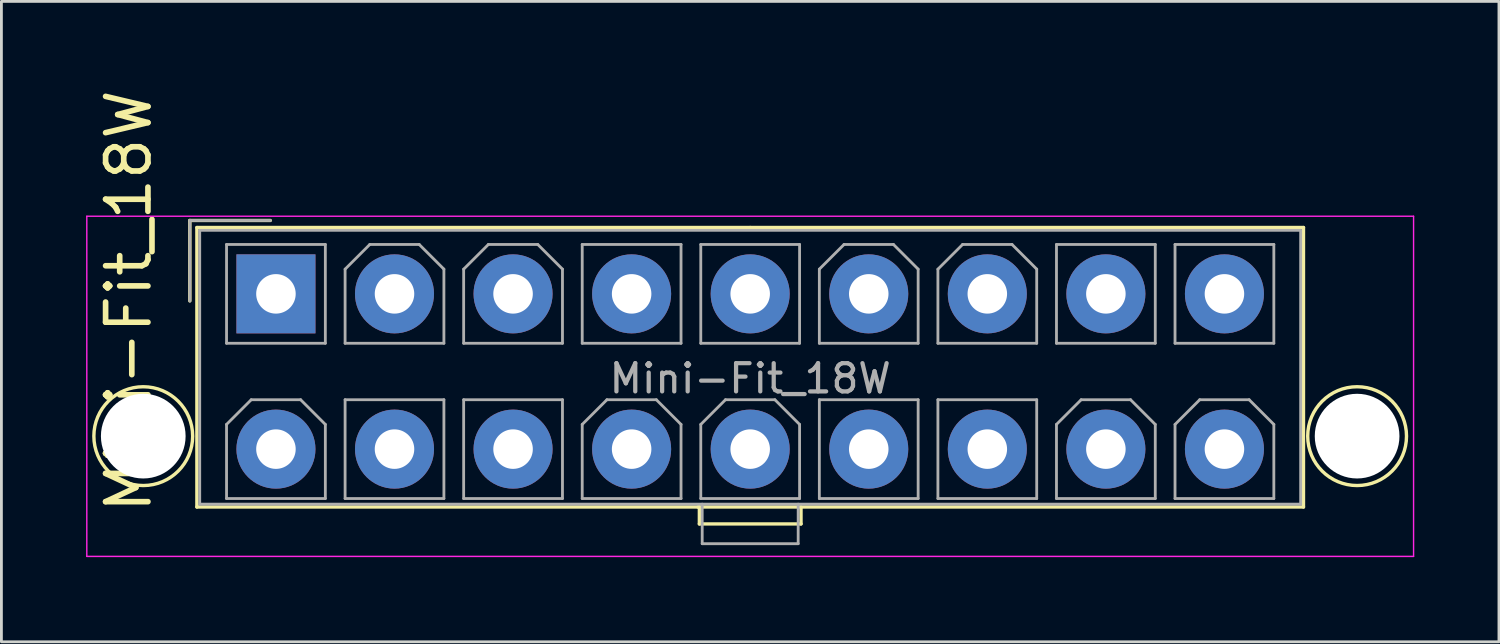
<source format=kicad_pcb>
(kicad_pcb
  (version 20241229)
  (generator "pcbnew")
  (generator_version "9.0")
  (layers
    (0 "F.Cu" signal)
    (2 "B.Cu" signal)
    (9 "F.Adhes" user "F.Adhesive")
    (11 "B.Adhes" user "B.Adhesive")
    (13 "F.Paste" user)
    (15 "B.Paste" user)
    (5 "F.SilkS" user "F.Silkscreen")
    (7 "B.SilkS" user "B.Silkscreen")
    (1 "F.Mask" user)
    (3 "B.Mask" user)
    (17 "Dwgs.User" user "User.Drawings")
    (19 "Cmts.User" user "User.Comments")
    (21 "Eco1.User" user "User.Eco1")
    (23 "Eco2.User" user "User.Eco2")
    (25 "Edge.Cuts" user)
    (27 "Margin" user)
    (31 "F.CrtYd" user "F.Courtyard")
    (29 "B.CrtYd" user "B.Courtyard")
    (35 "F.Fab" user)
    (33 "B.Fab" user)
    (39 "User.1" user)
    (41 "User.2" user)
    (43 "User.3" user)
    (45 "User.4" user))
  (footprint "Mini-Fit_18W"
    (layer "F.Cu")
    (at 6.725 7.36)
    (property "Reference" "Mini-Fit_18W" (at -5.218 0.254 90) (layer "F.SilkS") (effects (font (size 1.5 1.5) (thickness 0.2))))
    (attr through_hole)
    (fp_line (start -3.05 -2.6) (end -3.05 0.25) (stroke (width 0.12) (type solid)) (layer "F.SilkS"))
    (fp_line (start -2.8 -2.35) (end -2.8 7.55) (stroke (width 0.12) (type solid)) (layer "F.SilkS"))
    (fp_line (start -2.8 7.55) (end 15 7.55) (stroke (width 0.12) (type solid)) (layer "F.SilkS"))
    (fp_line (start -0.2 -2.6) (end -3.05 -2.6) (stroke (width 0.12) (type solid)) (layer "F.SilkS"))
    (fp_line (start 15 7.55) (end 15 8.15) (stroke (width 0.12) (type solid)) (layer "F.SilkS"))
    (fp_line (start 16.8 -2.35) (end -2.8 -2.35) (stroke (width 0.12) (type solid)) (layer "F.SilkS"))
    (fp_line (start 16.8 -2.35) (end 36.4 -2.35) (stroke (width 0.12) (type solid)) (layer "F.SilkS"))
    (fp_line (start 18.6 7.55) (end 18.6 8.15) (stroke (width 0.12) (type solid)) (layer "F.SilkS"))
    (fp_line (start 18.6 8.15) (end 15 8.15) (stroke (width 0.12) (type solid)) (layer "F.SilkS"))
    (fp_line (start 36.4 -2.35) (end 36.4 7.55) (stroke (width 0.12) (type solid)) (layer "F.SilkS"))
    (fp_line (start 36.4 7.55) (end 14.95 7.55) (stroke (width 0.12) (type solid)) (layer "F.SilkS"))
    (fp_circle (center -4.7 5.04) (end -2.95 5.04) (stroke (width 0.12) (type solid)) (fill no) (layer "F.SilkS"))
    (fp_circle (center 38.3 5.04) (end 40.05 5.04) (stroke (width 0.12) (type solid)) (fill no) (layer "F.SilkS"))
    (fp_line (start -6.7 -2.75) (end -6.7 9.3) (stroke (width 0.05) (type solid)) (layer "F.CrtYd"))
    (fp_line (start -6.7 9.3) (end 40.3 9.3) (stroke (width 0.05) (type solid)) (layer "F.CrtYd"))
    (fp_line (start 40.3 -2.75) (end -6.7 -2.75) (stroke (width 0.05) (type solid)) (layer "F.CrtYd"))
    (fp_line (start 40.3 9.3) (end 40.3 -2.75) (stroke (width 0.05) (type solid)) (layer "F.CrtYd"))
    (fp_line (start -3.05 -2.6) (end -3.05 0.25) (stroke (width 0.1) (type solid)) (layer "F.Fab"))
    (fp_line (start -2.7 -2.25) (end -2.7 7.45) (stroke (width 0.1) (type solid)) (layer "F.Fab"))
    (fp_line (start -2.7 7.45) (end 36.3 7.45) (stroke (width 0.1) (type solid)) (layer "F.Fab"))
    (fp_line (start -1.75 -1.75) (end -1.75 1.75) (stroke (width 0.1) (type solid)) (layer "F.Fab"))
    (fp_line (start -1.75 1.75) (end 1.75 1.75) (stroke (width 0.1) (type solid)) (layer "F.Fab"))
    (fp_line (start -1.75 4.625) (end -0.875 3.75) (stroke (width 0.1) (type solid)) (layer "F.Fab"))
    (fp_line (start -1.75 7.25) (end -1.75 4.625) (stroke (width 0.1) (type solid)) (layer "F.Fab"))
    (fp_line (start -0.875 3.75) (end 0.875 3.75) (stroke (width 0.1) (type solid)) (layer "F.Fab"))
    (fp_line (start -0.2 -2.6) (end -3.05 -2.6) (stroke (width 0.1) (type solid)) (layer "F.Fab"))
    (fp_line (start 0.875 3.75) (end 1.75 4.625) (stroke (width 0.1) (type solid)) (layer "F.Fab"))
    (fp_line (start 1.75 -1.75) (end -1.75 -1.75) (stroke (width 0.1) (type solid)) (layer "F.Fab"))
    (fp_line (start 1.75 1.75) (end 1.75 -1.75) (stroke (width 0.1) (type solid)) (layer "F.Fab"))
    (fp_line (start 1.75 4.625) (end 1.75 7.25) (stroke (width 0.1) (type solid)) (layer "F.Fab"))
    (fp_line (start 1.75 7.25) (end -1.75 7.25) (stroke (width 0.1) (type solid)) (layer "F.Fab"))
    (fp_line (start 2.45 -0.875) (end 3.325 -1.75) (stroke (width 0.1) (type solid)) (layer "F.Fab"))
    (fp_line (start 2.45 1.75) (end 2.45 -0.875) (stroke (width 0.1) (type solid)) (layer "F.Fab"))
    (fp_line (start 2.45 3.75) (end 2.45 7.25) (stroke (width 0.1) (type solid)) (layer "F.Fab"))
    (fp_line (start 2.45 7.25) (end 5.95 7.25) (stroke (width 0.1) (type solid)) (layer "F.Fab"))
    (fp_line (start 3.325 -1.75) (end 5.075 -1.75) (stroke (width 0.1) (type solid)) (layer "F.Fab"))
    (fp_line (start 5.075 -1.75) (end 5.95 -0.875) (stroke (width 0.1) (type solid)) (layer "F.Fab"))
    (fp_line (start 5.95 -0.875) (end 5.95 1.75) (stroke (width 0.1) (type solid)) (layer "F.Fab"))
    (fp_line (start 5.95 1.75) (end 2.45 1.75) (stroke (width 0.1) (type solid)) (layer "F.Fab"))
    (fp_line (start 5.95 3.75) (end 2.45 3.75) (stroke (width 0.1) (type solid)) (layer "F.Fab"))
    (fp_line (start 5.95 7.25) (end 5.95 3.75) (stroke (width 0.1) (type solid)) (layer "F.Fab"))
    (fp_line (start 6.65 -0.875) (end 7.525 -1.75) (stroke (width 0.1) (type solid)) (layer "F.Fab"))
    (fp_line (start 6.65 1.75) (end 6.65 -0.875) (stroke (width 0.1) (type solid)) (layer "F.Fab"))
    (fp_line (start 6.65 3.75) (end 6.65 7.25) (stroke (width 0.1) (type solid)) (layer "F.Fab"))
    (fp_line (start 6.65 7.25) (end 10.15 7.25) (stroke (width 0.1) (type solid)) (layer "F.Fab"))
    (fp_line (start 7.525 -1.75) (end 9.275 -1.75) (stroke (width 0.1) (type solid)) (layer "F.Fab"))
    (fp_line (start 9.275 -1.75) (end 10.15 -0.875) (stroke (width 0.1) (type solid)) (layer "F.Fab"))
    (fp_line (start 10.15 -0.875) (end 10.15 1.75) (stroke (width 0.1) (type solid)) (layer "F.Fab"))
    (fp_line (start 10.15 1.75) (end 6.65 1.75) (stroke (width 0.1) (type solid)) (layer "F.Fab"))
    (fp_line (start 10.15 3.75) (end 6.65 3.75) (stroke (width 0.1) (type solid)) (layer "F.Fab"))
    (fp_line (start 10.15 7.25) (end 10.15 3.75) (stroke (width 0.1) (type solid)) (layer "F.Fab"))
    (fp_line (start 10.85 -1.75) (end 10.85 1.75) (stroke (width 0.1) (type solid)) (layer "F.Fab"))
    (fp_line (start 10.85 1.75) (end 14.35 1.75) (stroke (width 0.1) (type solid)) (layer "F.Fab"))
    (fp_line (start 10.85 4.625) (end 11.725 3.75) (stroke (width 0.1) (type solid)) (layer "F.Fab"))
    (fp_line (start 10.85 7.25) (end 10.85 4.625) (stroke (width 0.1) (type solid)) (layer "F.Fab"))
    (fp_line (start 11.725 3.75) (end 13.475 3.75) (stroke (width 0.1) (type solid)) (layer "F.Fab"))
    (fp_line (start 13.475 3.75) (end 14.35 4.625) (stroke (width 0.1) (type solid)) (layer "F.Fab"))
    (fp_line (start 14.35 -1.75) (end 10.85 -1.75) (stroke (width 0.1) (type solid)) (layer "F.Fab"))
    (fp_line (start 14.35 1.75) (end 14.35 -1.75) (stroke (width 0.1) (type solid)) (layer "F.Fab"))
    (fp_line (start 14.35 4.625) (end 14.35 7.25) (stroke (width 0.1) (type solid)) (layer "F.Fab"))
    (fp_line (start 14.35 7.25) (end 10.85 7.25) (stroke (width 0.1) (type solid)) (layer "F.Fab"))
    (fp_line (start 15.05 -1.75) (end 15.05 1.75) (stroke (width 0.1) (type solid)) (layer "F.Fab"))
    (fp_line (start 15.05 1.75) (end 18.55 1.75) (stroke (width 0.1) (type solid)) (layer "F.Fab"))
    (fp_line (start 15.05 4.625) (end 15.925 3.75) (stroke (width 0.1) (type solid)) (layer "F.Fab"))
    (fp_line (start 15.05 7.25) (end 15.05 4.625) (stroke (width 0.1) (type solid)) (layer "F.Fab"))
    (fp_line (start 15.1 7.45) (end 15.1 8.85) (stroke (width 0.1) (type solid)) (layer "F.Fab"))
    (fp_line (start 15.1 8.85) (end 18.5 8.85) (stroke (width 0.1) (type solid)) (layer "F.Fab"))
    (fp_line (start 15.925 3.75) (end 17.675 3.75) (stroke (width 0.1) (type solid)) (layer "F.Fab"))
    (fp_line (start 17.675 3.75) (end 18.55 4.625) (stroke (width 0.1) (type solid)) (layer "F.Fab"))
    (fp_line (start 18.5 8.85) (end 18.5 7.45) (stroke (width 0.1) (type solid)) (layer "F.Fab"))
    (fp_line (start 18.55 -1.75) (end 15.05 -1.75) (stroke (width 0.1) (type solid)) (layer "F.Fab"))
    (fp_line (start 18.55 1.75) (end 18.55 -1.75) (stroke (width 0.1) (type solid)) (layer "F.Fab"))
    (fp_line (start 18.55 4.625) (end 18.55 7.25) (stroke (width 0.1) (type solid)) (layer "F.Fab"))
    (fp_line (start 18.55 7.25) (end 15.05 7.25) (stroke (width 0.1) (type solid)) (layer "F.Fab"))
    (fp_line (start 19.25 -0.875) (end 20.125 -1.75) (stroke (width 0.1) (type solid)) (layer "F.Fab"))
    (fp_line (start 19.25 1.75) (end 19.25 -0.875) (stroke (width 0.1) (type solid)) (layer "F.Fab"))
    (fp_line (start 19.25 3.75) (end 19.25 7.25) (stroke (width 0.1) (type solid)) (layer "F.Fab"))
    (fp_line (start 19.25 7.25) (end 22.75 7.25) (stroke (width 0.1) (type solid)) (layer "F.Fab"))
    (fp_line (start 20.125 -1.75) (end 21.875 -1.75) (stroke (width 0.1) (type solid)) (layer "F.Fab"))
    (fp_line (start 21.875 -1.75) (end 22.75 -0.875) (stroke (width 0.1) (type solid)) (layer "F.Fab"))
    (fp_line (start 22.75 -0.875) (end 22.75 1.75) (stroke (width 0.1) (type solid)) (layer "F.Fab"))
    (fp_line (start 22.75 1.75) (end 19.25 1.75) (stroke (width 0.1) (type solid)) (layer "F.Fab"))
    (fp_line (start 22.75 3.75) (end 19.25 3.75) (stroke (width 0.1) (type solid)) (layer "F.Fab"))
    (fp_line (start 22.75 7.25) (end 22.75 3.75) (stroke (width 0.1) (type solid)) (layer "F.Fab"))
    (fp_line (start 23.45 -0.875) (end 24.325 -1.75) (stroke (width 0.1) (type solid)) (layer "F.Fab"))
    (fp_line (start 23.45 1.75) (end 23.45 -0.875) (stroke (width 0.1) (type solid)) (layer "F.Fab"))
    (fp_line (start 23.45 3.75) (end 23.45 7.25) (stroke (width 0.1) (type solid)) (layer "F.Fab"))
    (fp_line (start 23.45 7.25) (end 26.95 7.25) (stroke (width 0.1) (type solid)) (layer "F.Fab"))
    (fp_line (start 24.325 -1.75) (end 26.075 -1.75) (stroke (width 0.1) (type solid)) (layer "F.Fab"))
    (fp_line (start 26.075 -1.75) (end 26.95 -0.875) (stroke (width 0.1) (type solid)) (layer "F.Fab"))
    (fp_line (start 26.95 -0.875) (end 26.95 1.75) (stroke (width 0.1) (type solid)) (layer "F.Fab"))
    (fp_line (start 26.95 1.75) (end 23.45 1.75) (stroke (width 0.1) (type solid)) (layer "F.Fab"))
    (fp_line (start 26.95 3.75) (end 23.45 3.75) (stroke (width 0.1) (type solid)) (layer "F.Fab"))
    (fp_line (start 26.95 7.25) (end 26.95 3.75) (stroke (width 0.1) (type solid)) (layer "F.Fab"))
    (fp_line (start 27.65 -1.75) (end 27.65 1.75) (stroke (width 0.1) (type solid)) (layer "F.Fab"))
    (fp_line (start 27.65 1.75) (end 31.15 1.75) (stroke (width 0.1) (type solid)) (layer "F.Fab"))
    (fp_line (start 27.65 4.625) (end 28.525 3.75) (stroke (width 0.1) (type solid)) (layer "F.Fab"))
    (fp_line (start 27.65 7.25) (end 27.65 4.625) (stroke (width 0.1) (type solid)) (layer "F.Fab"))
    (fp_line (start 28.525 3.75) (end 30.275 3.75) (stroke (width 0.1) (type solid)) (layer "F.Fab"))
    (fp_line (start 30.275 3.75) (end 31.15 4.625) (stroke (width 0.1) (type solid)) (layer "F.Fab"))
    (fp_line (start 31.15 -1.75) (end 27.65 -1.75) (stroke (width 0.1) (type solid)) (layer "F.Fab"))
    (fp_line (start 31.15 1.75) (end 31.15 -1.75) (stroke (width 0.1) (type solid)) (layer "F.Fab"))
    (fp_line (start 31.15 4.625) (end 31.15 7.25) (stroke (width 0.1) (type solid)) (layer "F.Fab"))
    (fp_line (start 31.15 7.25) (end 27.65 7.25) (stroke (width 0.1) (type solid)) (layer "F.Fab"))
    (fp_line (start 31.85 -1.75) (end 31.85 1.75) (stroke (width 0.1) (type solid)) (layer "F.Fab"))
    (fp_line (start 31.85 1.75) (end 35.35 1.75) (stroke (width 0.1) (type solid)) (layer "F.Fab"))
    (fp_line (start 31.85 4.625) (end 32.725 3.75) (stroke (width 0.1) (type solid)) (layer "F.Fab"))
    (fp_line (start 31.85 7.25) (end 31.85 4.625) (stroke (width 0.1) (type solid)) (layer "F.Fab"))
    (fp_line (start 32.725 3.75) (end 34.475 3.75) (stroke (width 0.1) (type solid)) (layer "F.Fab"))
    (fp_line (start 34.475 3.75) (end 35.35 4.625) (stroke (width 0.1) (type solid)) (layer "F.Fab"))
    (fp_line (start 35.35 -1.75) (end 31.85 -1.75) (stroke (width 0.1) (type solid)) (layer "F.Fab"))
    (fp_line (start 35.35 1.75) (end 35.35 -1.75) (stroke (width 0.1) (type solid)) (layer "F.Fab"))
    (fp_line (start 35.35 4.625) (end 35.35 7.25) (stroke (width 0.1) (type solid)) (layer "F.Fab"))
    (fp_line (start 35.35 7.25) (end 31.85 7.25) (stroke (width 0.1) (type solid)) (layer "F.Fab"))
    (fp_line (start 36.3 -2.25) (end -2.7 -2.25) (stroke (width 0.1) (type solid)) (layer "F.Fab"))
    (fp_line (start 36.3 7.45) (end 36.3 -2.25) (stroke (width 0.1) (type solid)) (layer "F.Fab"))
    (fp_text user "${REFERENCE}" (at 16.8 3 0) (layer "F.Fab") (effects (font (size 1 1) (thickness 0.15))))
    (pad "" np_thru_hole circle (at -4.7 5.04) (size 3 3) (drill 3) (layers "*.Cu" "*.Mask"))
    (pad "" np_thru_hole circle (at 38.3 5.04) (size 3 3) (drill 3) (layers "*.Cu" "*.Mask"))
    (pad "1" thru_hole rect (at 0 0) (size 2.8 2.8) (drill 1.4) (layers "*.Cu" "*.Mask"))
    (pad "2" thru_hole circle (at 4.2 0) (size 2.8 2.8) (drill 1.4) (layers "*.Cu" "*.Mask"))
    (pad "3" thru_hole circle (at 8.4 0) (size 2.8 2.8) (drill 1.4) (layers "*.Cu" "*.Mask"))
    (pad "4" thru_hole circle (at 12.6 0) (size 2.8 2.8) (drill 1.4) (layers "*.Cu" "*.Mask"))
    (pad "5" thru_hole circle (at 16.8 0) (size 2.8 2.8) (drill 1.4) (layers "*.Cu" "*.Mask"))
    (pad "6" thru_hole circle (at 21 0) (size 2.8 2.8) (drill 1.4) (layers "*.Cu" "*.Mask"))
    (pad "7" thru_hole circle (at 25.2 0) (size 2.8 2.8) (drill 1.4) (layers "*.Cu" "*.Mask"))
    (pad "8" thru_hole circle (at 29.4 0) (size 2.8 2.8) (drill 1.4) (layers "*.Cu" "*.Mask"))
    (pad "9" thru_hole circle (at 33.6 0) (size 2.8 2.8) (drill 1.4) (layers "*.Cu" "*.Mask"))
    (pad "10" thru_hole circle (at 0 5.5) (size 2.8 2.8) (drill 1.4) (layers "*.Cu" "*.Mask"))
    (pad "11" thru_hole circle (at 4.2 5.5) (size 2.8 2.8) (drill 1.4) (layers "*.Cu" "*.Mask"))
    (pad "12" thru_hole circle (at 8.4 5.5) (size 2.8 2.8) (drill 1.4) (layers "*.Cu" "*.Mask"))
    (pad "13" thru_hole circle (at 12.6 5.5) (size 2.8 2.8) (drill 1.4) (layers "*.Cu" "*.Mask"))
    (pad "14" thru_hole circle (at 16.8 5.5) (size 2.8 2.8) (drill 1.4) (layers "*.Cu" "*.Mask"))
    (pad "15" thru_hole circle (at 21 5.5) (size 2.8 2.8) (drill 1.4) (layers "*.Cu" "*.Mask"))
    (pad "16" thru_hole circle (at 25.2 5.5) (size 2.8 2.8) (drill 1.4) (layers "*.Cu" "*.Mask"))
    (pad "17" thru_hole circle (at 29.4 5.5) (size 2.8 2.8) (drill 1.4) (layers "*.Cu" "*.Mask"))
    (pad "18" thru_hole circle (at 33.6 5.5) (size 2.8 2.8) (drill 1.4) (layers "*.Cu" "*.Mask")))
  (gr_rect
    (start -3 -3)
    (end 50.05 19.685)
    (stroke (width 0.1) (type default))
    (fill no)
    (layer "Edge.Cuts")))
</source>
